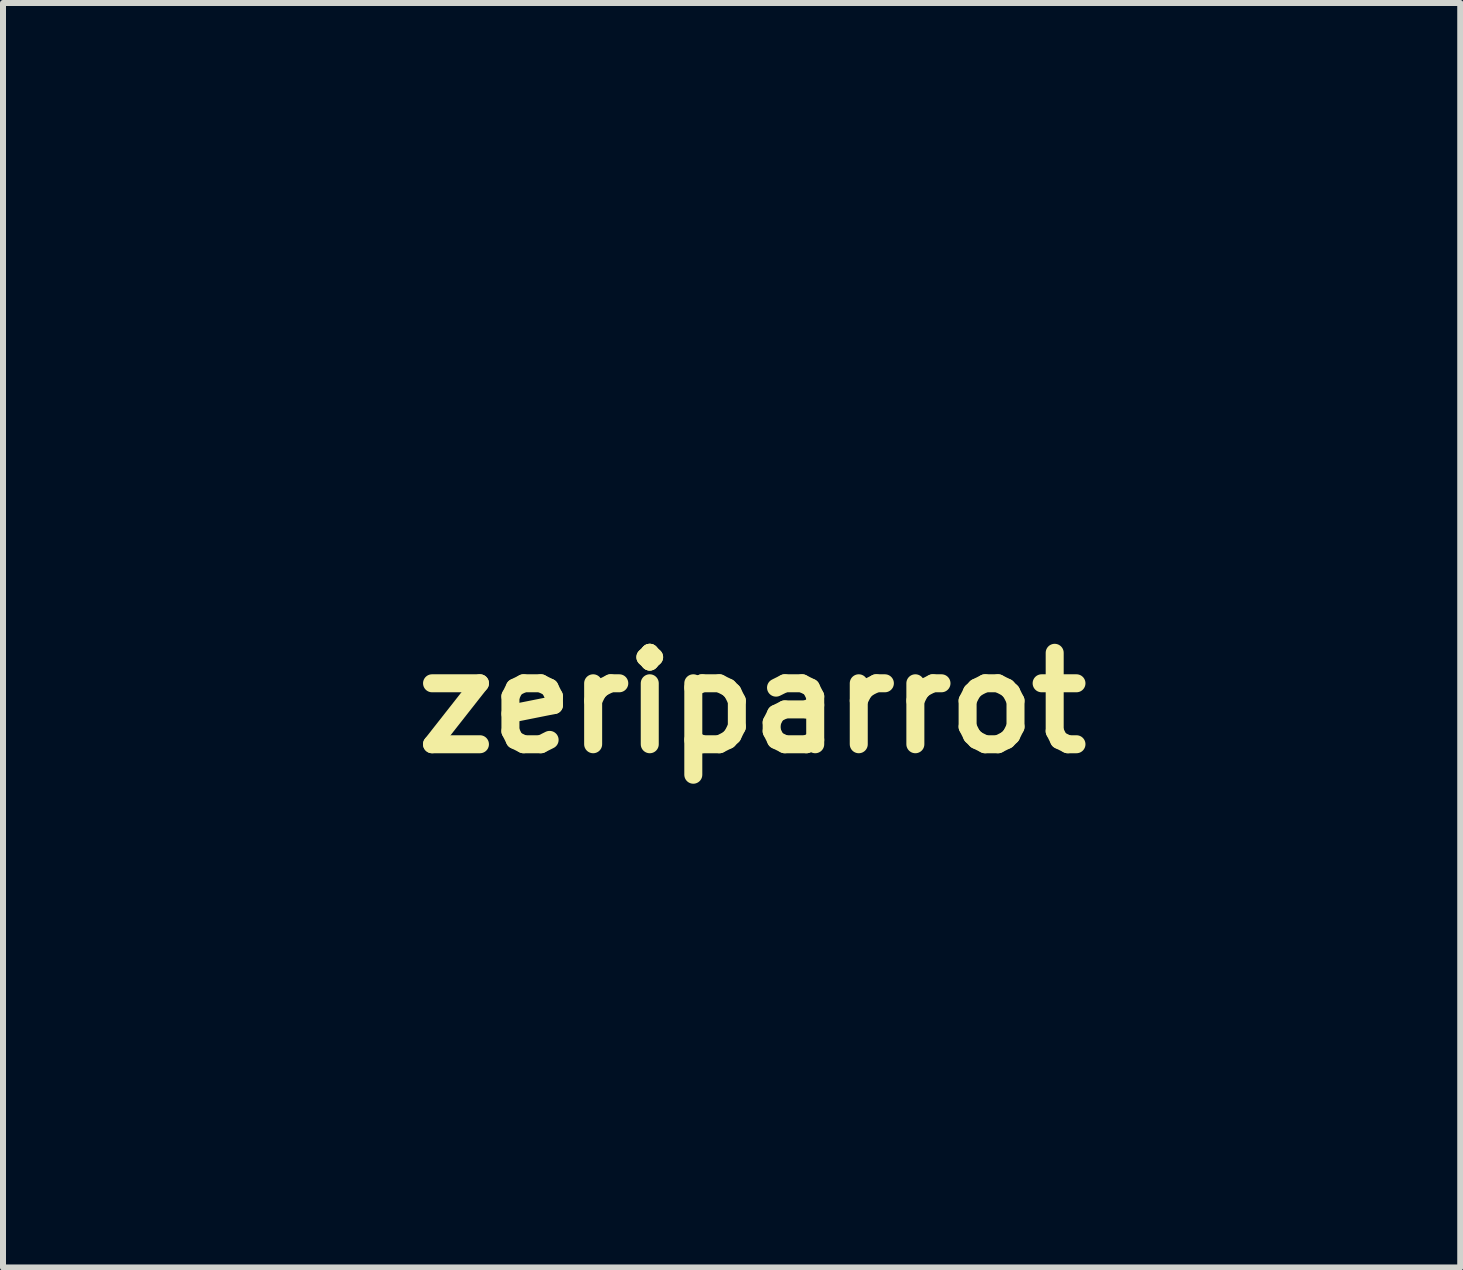
<source format=kicad_pcb>
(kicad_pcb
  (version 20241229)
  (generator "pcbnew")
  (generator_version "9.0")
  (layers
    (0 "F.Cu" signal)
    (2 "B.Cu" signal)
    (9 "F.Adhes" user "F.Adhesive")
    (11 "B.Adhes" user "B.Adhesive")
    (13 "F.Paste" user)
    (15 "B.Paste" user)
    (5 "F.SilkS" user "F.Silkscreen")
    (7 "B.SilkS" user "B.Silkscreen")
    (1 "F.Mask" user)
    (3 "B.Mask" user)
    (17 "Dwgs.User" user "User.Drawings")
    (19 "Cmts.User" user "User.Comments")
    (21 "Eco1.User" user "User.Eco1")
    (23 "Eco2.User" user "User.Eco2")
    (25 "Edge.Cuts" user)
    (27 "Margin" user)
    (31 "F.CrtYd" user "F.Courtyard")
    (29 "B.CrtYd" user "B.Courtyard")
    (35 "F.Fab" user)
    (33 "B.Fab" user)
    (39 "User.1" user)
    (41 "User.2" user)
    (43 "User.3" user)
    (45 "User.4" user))
  (footprint "zeriparrot"
    (layer "F.Cu")
    (at 9.485 8.665)
    (property "Reference" "zeriparrot" (at 0 0 0) (layer "F.SilkS") (effects (font (size 1.524 1.524) (thickness 0.3))))
    (attr through_hole)
    (fp_poly (pts (xy 0.966 -6.667) (xy 1.149 -6.562) (xy 1.318 -6.353) (xy 1.376 -6.259) (xy 1.482 -5.996) (xy 1.527 -5.695) (xy 1.515 -5.391) (xy 1.451 -5.123) (xy 1.338 -4.928) (xy 1.214 -4.848) (xy 0.964 -4.813) (xy 0.71 -4.825) (xy 0.591 -4.855) (xy 0.469 -4.933) (xy 0.337 -5.049) (xy 0.261 -5.143) (xy 0.214 -5.264) (xy 0.19 -5.447) (xy 0.182 -5.728) (xy 0.182 -5.846) (xy 0.193 -6.213) (xy 0.237 -6.458) (xy 0.329 -6.604) (xy 0.482 -6.676) (xy 0.713 -6.696) (xy 0.728 -6.696) (xy 0.966 -6.667)) (stroke (width 0.01) (type solid)) (fill yes) (layer "F.Mask"))
    (fp_poly (pts (xy 3.728 -8.628) (xy 4.375 -8.536) (xy 4.44 -8.522) (xy 5.262 -8.283) (xy 5.976 -7.946) (xy 6.581 -7.512) (xy 7.079 -6.981) (xy 7.467 -6.353) (xy 7.488 -6.309) (xy 7.821 -5.611) (xy 8.094 -5.024) (xy 8.312 -4.531) (xy 8.482 -4.114) (xy 8.609 -3.753) (xy 8.698 -3.432) (xy 8.756 -3.131) (xy 8.787 -2.833) (xy 8.798 -2.518) (xy 8.793 -2.17) (xy 8.791 -2.092) (xy 8.782 -1.825) (xy 8.771 -1.596) (xy 8.753 -1.388) (xy 8.723 -1.182) (xy 8.676 -0.961) (xy 8.608 -0.706) (xy 8.513 -0.399) (xy 8.388 -0.022) (xy 8.227 0.443) (xy 8.026 1.014) (xy 7.859 1.488) (xy 7.699 1.969) (xy 7.595 2.366) (xy 7.535 2.723) (xy 7.515 2.943) (xy 7.516 3.437) (xy 7.568 3.967) (xy 7.665 4.496) (xy 7.798 4.992) (xy 7.959 5.421) (xy 8.14 5.747) (xy 8.189 5.81) (xy 8.321 6.006) (xy 8.407 6.201) (xy 8.409 6.209) (xy 8.458 6.405) (xy -9.48 6.405) (xy -9.446 5.877) (xy -9.418 5.611) (xy -8.684 5.611) (xy -8.677 5.636) (xy -8.601 5.641) (xy -8.388 5.647) (xy -8.048 5.652) (xy -7.591 5.656) (xy -7.025 5.661) (xy -6.362 5.665) (xy -5.608 5.668) (xy -4.775 5.671) (xy -3.872 5.673) (xy -2.907 5.675) (xy -1.89 5.676) (xy -0.831 5.677) (xy -0.671 5.677) (xy 0.62 5.676) (xy 1.773 5.676) (xy 2.794 5.674) (xy 3.689 5.671) (xy 4.467 5.668) (xy 5.133 5.664) (xy 5.694 5.658) (xy 6.157 5.652) (xy 6.529 5.644) (xy 6.816 5.635) (xy 7.027 5.625) (xy 7.166 5.613) (xy 7.241 5.6) (xy 7.26 5.586) (xy 7.22 5.467) (xy 7.157 5.265) (xy 7.116 5.131) (xy 7.026 4.837) (xy 6.934 4.534) (xy 6.905 4.44) (xy 6.863 4.222) (xy 6.832 3.901) (xy 6.812 3.519) (xy 6.804 3.12) (xy 6.809 2.745) (xy 6.829 2.437) (xy 6.851 2.293) (xy 6.908 2.076) (xy 7.009 1.751) (xy 7.144 1.343) (xy 7.306 0.881) (xy 7.485 0.389) (xy 7.535 0.255) (xy 7.728 -0.27) (xy 7.872 -0.691) (xy 7.974 -1.038) (xy 8.041 -1.339) (xy 8.08 -1.627) (xy 8.097 -1.93) (xy 8.101 -2.183) (xy 8.098 -2.512) (xy 8.09 -2.792) (xy 8.077 -2.988) (xy 8.067 -3.057) (xy 8.029 -3.181) (xy 7.965 -3.396) (xy 7.9 -3.621) (xy 7.768 -4.076) (xy 5.985 -4.076) (xy 5.979 -3.402) (xy 5.972 -3.083) (xy 5.959 -2.803) (xy 5.943 -2.604) (xy 5.936 -2.555) (xy 5.759 -1.917) (xy 5.516 -1.36) (xy 5.405 -1.17) (xy 5.263 -0.937) (xy 5.081 -0.62) (xy 4.883 -0.264) (xy 4.729 0.023) (xy 4.313 0.811) (xy 3.808 0.132) (xy 3.447 -0.359) (xy 3.167 -0.76) (xy 2.954 -1.091) (xy 2.796 -1.372) (xy 2.679 -1.626) (xy 2.62 -1.783) (xy 2.509 -2.158) (xy 2.406 -2.6) (xy 2.32 -3.056) (xy 2.263 -3.472) (xy 2.244 -3.738) (xy 2.242 -3.849) (xy 2.984 -3.849) (xy 3.031 -3.057) (xy 3.176 -2.353) (xy 3.429 -1.709) (xy 3.797 -1.1) (xy 3.841 -1.039) (xy 3.998 -0.824) (xy 4.108 -0.695) (xy 4.197 -0.66) (xy 4.29 -0.724) (xy 4.411 -0.894) (xy 4.586 -1.175) (xy 4.624 -1.237) (xy 4.862 -1.64) (xy 5.027 -1.971) (xy 5.133 -2.276) (xy 5.199 -2.598) (xy 5.227 -2.834) (xy 5.256 -3.518) (xy 5.21 -4.145) (xy 5.092 -4.697) (xy 4.907 -5.153) (xy 4.677 -5.477) (xy 4.545 -5.593) (xy 4.403 -5.653) (xy 4.195 -5.675) (xy 4.055 -5.677) (xy 3.8 -5.668) (xy 3.636 -5.631) (xy 3.506 -5.544) (xy 3.414 -5.452) (xy 3.195 -5.114) (xy 3.053 -4.655) (xy 2.988 -4.072) (xy 2.984 -3.849) (xy 2.242 -3.849) (xy 2.238 -4.076) (xy -2.375 -4.076) (xy -2.5 -3.548) (xy -2.591 -3.222) (xy -2.718 -2.838) (xy -2.858 -2.468) (xy -2.885 -2.402) (xy -3.092 -1.775) (xy -3.191 -1.152) (xy -3.179 -0.564) (xy -3.133 -0.304) (xy -3.008 0.05) (xy -2.803 0.456) (xy -2.547 0.866) (xy -2.268 1.235) (xy -2.027 1.488) (xy -1.508 1.886) (xy -0.941 2.203) (xy -0.358 2.425) (xy 0.208 2.537) (xy 0.427 2.547) (xy 0.697 2.559) (xy 0.854 2.613) (xy 0.927 2.733) (xy 0.946 2.946) (xy 0.946 2.984) (xy 0.917 3.144) (xy 0.8 3.218) (xy 0.746 3.231) (xy 0.514 3.244) (xy 0.195 3.219) (xy -0.16 3.164) (xy -0.498 3.086) (xy -0.691 3.024) (xy -0.853 2.964) (xy -1.071 2.882) (xy -1.128 2.861) (xy -1.482 2.692) (xy -1.882 2.441) (xy -2.281 2.142) (xy -2.635 1.828) (xy -2.768 1.688) (xy -2.998 1.401) (xy -3.234 1.059) (xy -3.452 0.702) (xy -3.628 0.368) (xy -3.738 0.098) (xy -3.751 0.055) (xy -3.817 -0.09) (xy -3.899 -0.146) (xy -3.979 -0.088) (xy -4.114 0.066) (xy -4.281 0.29) (xy -4.386 0.443) (xy -4.596 0.741) (xy -4.863 1.084) (xy -5.195 1.482) (xy -5.601 1.942) (xy -6.089 2.476) (xy -6.665 3.091) (xy -7.34 3.796) (xy -7.353 3.811) (xy -7.798 4.28) (xy -8.14 4.659) (xy -8.386 4.954) (xy -8.541 5.173) (xy -8.601 5.29) (xy -8.663 5.482) (xy -8.684 5.611) (xy -9.418 5.611) (xy -9.411 5.547) (xy -9.346 5.255) (xy -9.235 4.978) (xy -9.068 4.694) (xy -8.83 4.383) (xy -8.508 4.022) (xy -8.09 3.589) (xy -8.058 3.556) (xy -7.736 3.228) (xy -7.435 2.913) (xy -7.176 2.636) (xy -6.981 2.418) (xy -6.878 2.293) (xy -6.743 2.125) (xy -6.536 1.885) (xy -6.285 1.603) (xy -6.019 1.315) (xy -5.213 0.359) (xy -4.514 -0.674) (xy -3.918 -1.794) (xy -3.418 -3.013) (xy -3.087 -4.056) (xy -3.015 -4.294) (xy -2.318 -4.294) (xy 2.246 -4.294) (xy 2.332 -4.712) (xy 2.454 -5.156) (xy 2.624 -5.557) (xy 2.824 -5.881) (xy 3.008 -6.07) (xy 3.402 -6.285) (xy 3.845 -6.39) (xy 4.302 -6.385) (xy 4.735 -6.271) (xy 5.109 -6.05) (xy 5.137 -6.026) (xy 5.331 -5.831) (xy 5.485 -5.609) (xy 5.62 -5.325) (xy 5.755 -4.94) (xy 5.786 -4.84) (xy 5.943 -4.33) (xy 6.792 -4.31) (xy 7.124 -4.304) (xy 7.396 -4.302) (xy 7.578 -4.306) (xy 7.642 -4.313) (xy 7.608 -4.417) (xy 7.52 -4.595) (xy 7.4 -4.81) (xy 7.27 -5.025) (xy 7.151 -5.205) (xy 7.066 -5.312) (xy 7.04 -5.327) (xy 6.934 -5.258) (xy 6.837 -5.163) (xy 6.708 -5.054) (xy 6.598 -5.023) (xy 6.55 -5.082) (xy 6.55 -5.085) (xy 6.488 -5.144) (xy 6.346 -5.19) (xy 6.145 -5.3) (xy 6.016 -5.525) (xy 5.968 -5.85) (xy 5.968 -5.869) (xy 6 -6.094) (xy 6.083 -6.312) (xy 6.192 -6.48) (xy 6.306 -6.55) (xy 6.311 -6.55) (xy 6.395 -6.58) (xy 6.368 -6.673) (xy 6.226 -6.837) (xy 6.095 -6.961) (xy 5.709 -7.274) (xy 5.299 -7.515) (xy 4.841 -7.691) (xy 4.308 -7.812) (xy 3.675 -7.886) (xy 3.202 -7.912) (xy 2.759 -7.924) (xy 2.417 -7.921) (xy 2.131 -7.9) (xy 1.858 -7.857) (xy 1.587 -7.798) (xy 0.728 -7.524) (xy -0.051 -7.137) (xy -0.741 -6.644) (xy -1.333 -6.05) (xy -1.818 -5.365) (xy -2.127 -4.749) (xy -2.318 -4.294) (xy -3.015 -4.294) (xy -2.966 -4.456) (xy -2.829 -4.856) (xy -2.695 -5.208) (xy -2.587 -5.451) (xy -2.133 -6.203) (xy -1.572 -6.861) (xy -0.902 -7.428) (xy -0.118 -7.907) (xy 0.781 -8.301) (xy 1.092 -8.409) (xy 1.664 -8.549) (xy 2.326 -8.633) (xy 3.029 -8.66) (xy 3.728 -8.628)) (stroke (width 0.01) (type solid)) (fill yes) (layer "F.Mask")))
  (gr_rect
    (start -3 -3)
    (end 21.288 18.075)
    (stroke (width 0.1) (type default))
    (fill no)
    (layer "Edge.Cuts")))
</source>
